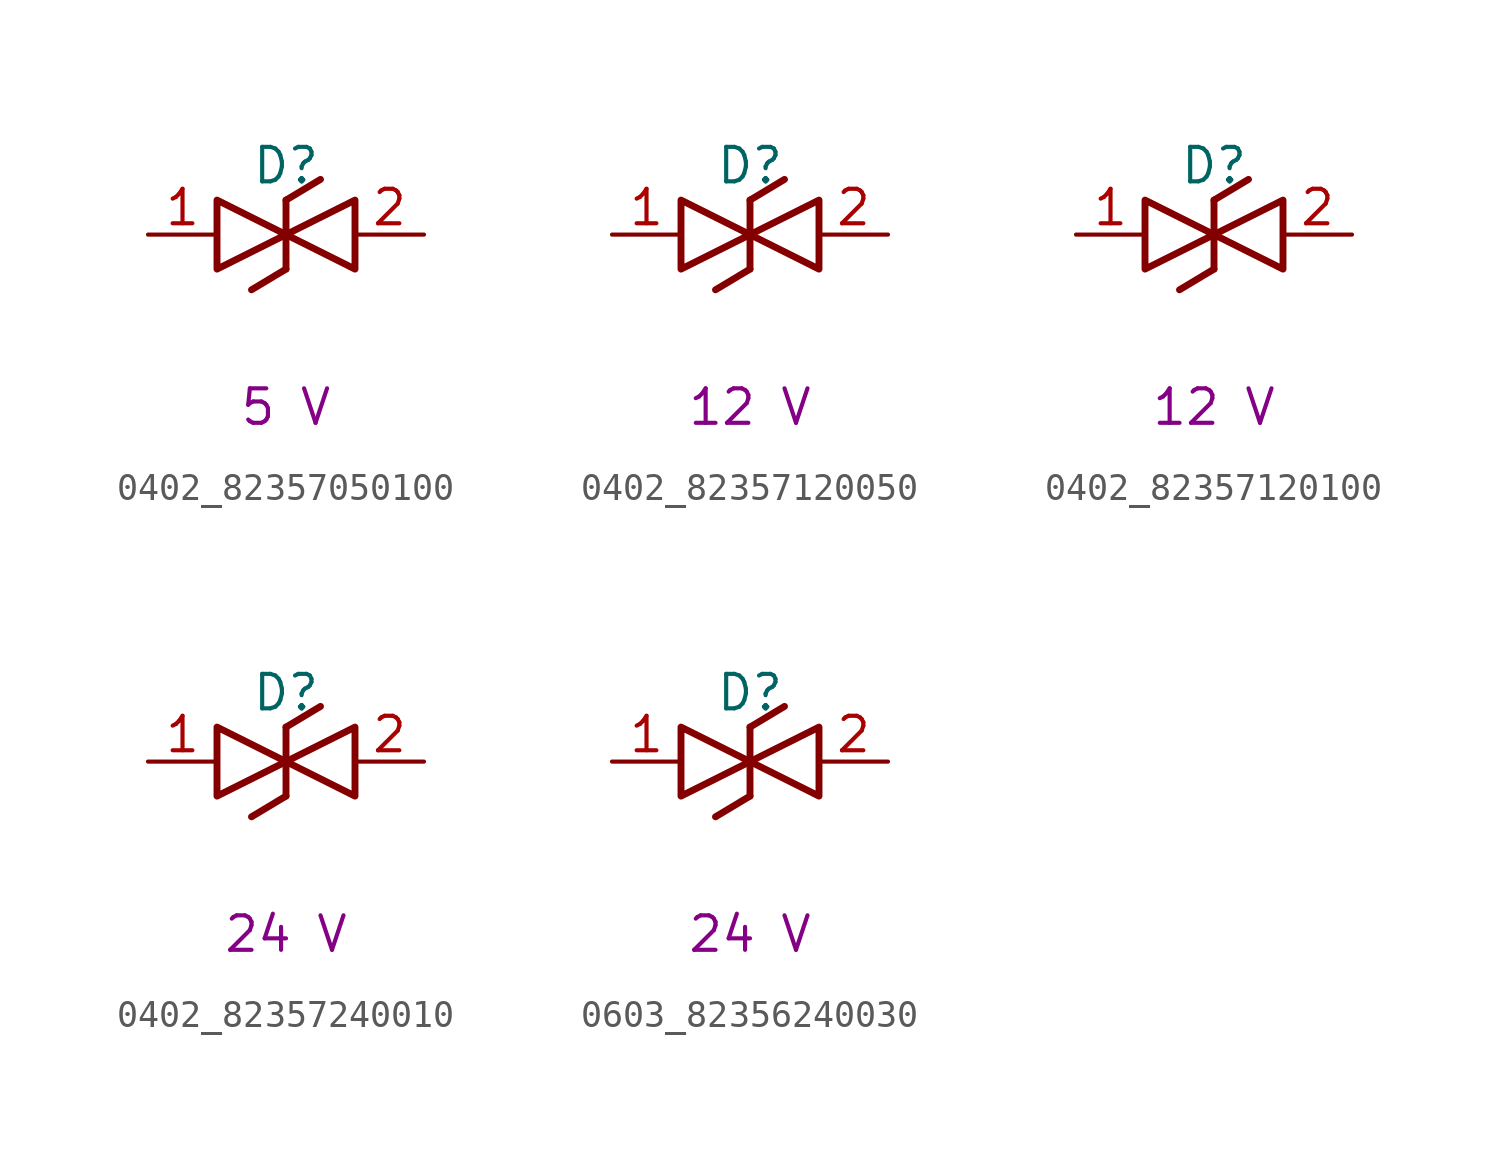
<source format=kicad_sym>
(kicad_symbol_lib
  (version 20220914)
  (generator kicad_symbol_editor)
  (symbol "0402_82357050100"
    (pin_names hide)
    (property "Reference" "D"
      (at 0 2.54 0)
      (effects (font (size 1.27 1.27))))
    (property "Critical Parameter" "5 V"
      (at 0 -6.35 0)
      (effects (font (size 1.27 1.27))))
    (symbol "0402_82357050100_0_1"
      (polyline (pts (xy -2.54 1.27) (xy -2.54 -1.27) (xy 2.54 1.27) (xy 2.54 -1.27) (xy -2.54 1.27)) (stroke (width 0.254) (type default)) (fill (type none))))
    (symbol "0402_82357050100_1_1"
      (polyline (pts (xy 0 -1.27) (xy -1.27 -2.032)) (stroke (width 0.254) (type default)) (fill (type none)))
      (polyline (pts (xy 0 1.27) (xy 0 -1.27)) (stroke (width 0.254) (type default)) (fill (type none)))
      (polyline (pts (xy 0 1.27) (xy 1.27 2.032)) (stroke (width 0.254) (type default)) (fill (type none)))
      (pin passive line (at -5.08 0 0) (length 2.54) (name "1" (effects (font (size 1.27 1.27)))) (number "1" (effects (font (size 1.27 1.27)))))
      (pin passive line (at 5.08 0 180) (length 2.54) (name "2" (effects (font (size 1.27 1.27)))) (number "2" (effects (font (size 1.27 1.27)))))))
  (symbol "0402_82357120050"
    (pin_names hide)
    (property "Reference" "D"
      (at 0 2.54 0)
      (effects (font (size 1.27 1.27))))
    (property "Critical Parameter" "12 V"
      (at 0 -6.35 0)
      (effects (font (size 1.27 1.27))))
    (symbol "0402_82357120050_0_1"
      (polyline (pts (xy -2.54 1.27) (xy -2.54 -1.27) (xy 2.54 1.27) (xy 2.54 -1.27) (xy -2.54 1.27)) (stroke (width 0.254) (type default)) (fill (type none))))
    (symbol "0402_82357120050_1_1"
      (polyline (pts (xy 0 -1.27) (xy -1.27 -2.032)) (stroke (width 0.254) (type default)) (fill (type none)))
      (polyline (pts (xy 0 1.27) (xy 0 -1.27)) (stroke (width 0.254) (type default)) (fill (type none)))
      (polyline (pts (xy 0 1.27) (xy 1.27 2.032)) (stroke (width 0.254) (type default)) (fill (type none)))
      (pin passive line (at -5.08 0 0) (length 2.54) (name "1" (effects (font (size 1.27 1.27)))) (number "1" (effects (font (size 1.27 1.27)))))
      (pin passive line (at 5.08 0 180) (length 2.54) (name "2" (effects (font (size 1.27 1.27)))) (number "2" (effects (font (size 1.27 1.27)))))))
  (symbol "0402_82357120100"
    (pin_names hide)
    (property "Reference" "D"
      (at 0 2.54 0)
      (effects (font (size 1.27 1.27))))
    (property "Critical Parameter" "12 V"
      (at 0 -6.35 0)
      (effects (font (size 1.27 1.27))))
    (symbol "0402_82357120100_0_1"
      (polyline (pts (xy -2.54 1.27) (xy -2.54 -1.27) (xy 2.54 1.27) (xy 2.54 -1.27) (xy -2.54 1.27)) (stroke (width 0.254) (type default)) (fill (type none))))
    (symbol "0402_82357120100_1_1"
      (polyline (pts (xy 0 -1.27) (xy -1.27 -2.032)) (stroke (width 0.254) (type default)) (fill (type none)))
      (polyline (pts (xy 0 1.27) (xy 0 -1.27)) (stroke (width 0.254) (type default)) (fill (type none)))
      (polyline (pts (xy 0 1.27) (xy 1.27 2.032)) (stroke (width 0.254) (type default)) (fill (type none)))
      (pin passive line (at -5.08 0 0) (length 2.54) (name "1" (effects (font (size 1.27 1.27)))) (number "1" (effects (font (size 1.27 1.27)))))
      (pin passive line (at 5.08 0 180) (length 2.54) (name "2" (effects (font (size 1.27 1.27)))) (number "2" (effects (font (size 1.27 1.27)))))))
  (symbol "0402_82357240010"
    (pin_names hide)
    (property "Reference" "D"
      (at 0 2.54 0)
      (effects (font (size 1.27 1.27))))
    (property "Critical Parameter" "24 V"
      (at 0 -6.35 0)
      (effects (font (size 1.27 1.27))))
    (symbol "0402_82357240010_0_1"
      (polyline (pts (xy -2.54 1.27) (xy -2.54 -1.27) (xy 2.54 1.27) (xy 2.54 -1.27) (xy -2.54 1.27)) (stroke (width 0.254) (type default)) (fill (type none))))
    (symbol "0402_82357240010_1_1"
      (polyline (pts (xy 0 -1.27) (xy -1.27 -2.032)) (stroke (width 0.254) (type default)) (fill (type none)))
      (polyline (pts (xy 0 1.27) (xy 0 -1.27)) (stroke (width 0.254) (type default)) (fill (type none)))
      (polyline (pts (xy 0 1.27) (xy 1.27 2.032)) (stroke (width 0.254) (type default)) (fill (type none)))
      (pin passive line (at -5.08 0 0) (length 2.54) (name "1" (effects (font (size 1.27 1.27)))) (number "1" (effects (font (size 1.27 1.27)))))
      (pin passive line (at 5.08 0 180) (length 2.54) (name "2" (effects (font (size 1.27 1.27)))) (number "2" (effects (font (size 1.27 1.27)))))))
  (symbol "0603_82356240030"
    (pin_names hide)
    (property "Reference" "D"
      (at 0 2.54 0)
      (effects (font (size 1.27 1.27))))
    (property "Critical Parameter" "24 V"
      (at 0 -6.35 0)
      (effects (font (size 1.27 1.27))))
    (symbol "0603_82356240030_0_1"
      (polyline (pts (xy -2.54 1.27) (xy -2.54 -1.27) (xy 2.54 1.27) (xy 2.54 -1.27) (xy -2.54 1.27)) (stroke (width 0.254) (type default)) (fill (type none))))
    (symbol "0603_82356240030_1_1"
      (polyline (pts (xy 0 -1.27) (xy -1.27 -2.032)) (stroke (width 0.254) (type default)) (fill (type none)))
      (polyline (pts (xy 0 1.27) (xy 0 -1.27)) (stroke (width 0.254) (type default)) (fill (type none)))
      (polyline (pts (xy 0 1.27) (xy 1.27 2.032)) (stroke (width 0.254) (type default)) (fill (type none)))
      (pin passive line (at -5.08 0 0) (length 2.54) (name "1" (effects (font (size 1.27 1.27)))) (number "1" (effects (font (size 1.27 1.27)))))
      (pin passive line (at 5.08 0 180) (length 2.54) (name "2" (effects (font (size 1.27 1.27)))) (number "2" (effects (font (size 1.27 1.27))))))))
</source>
